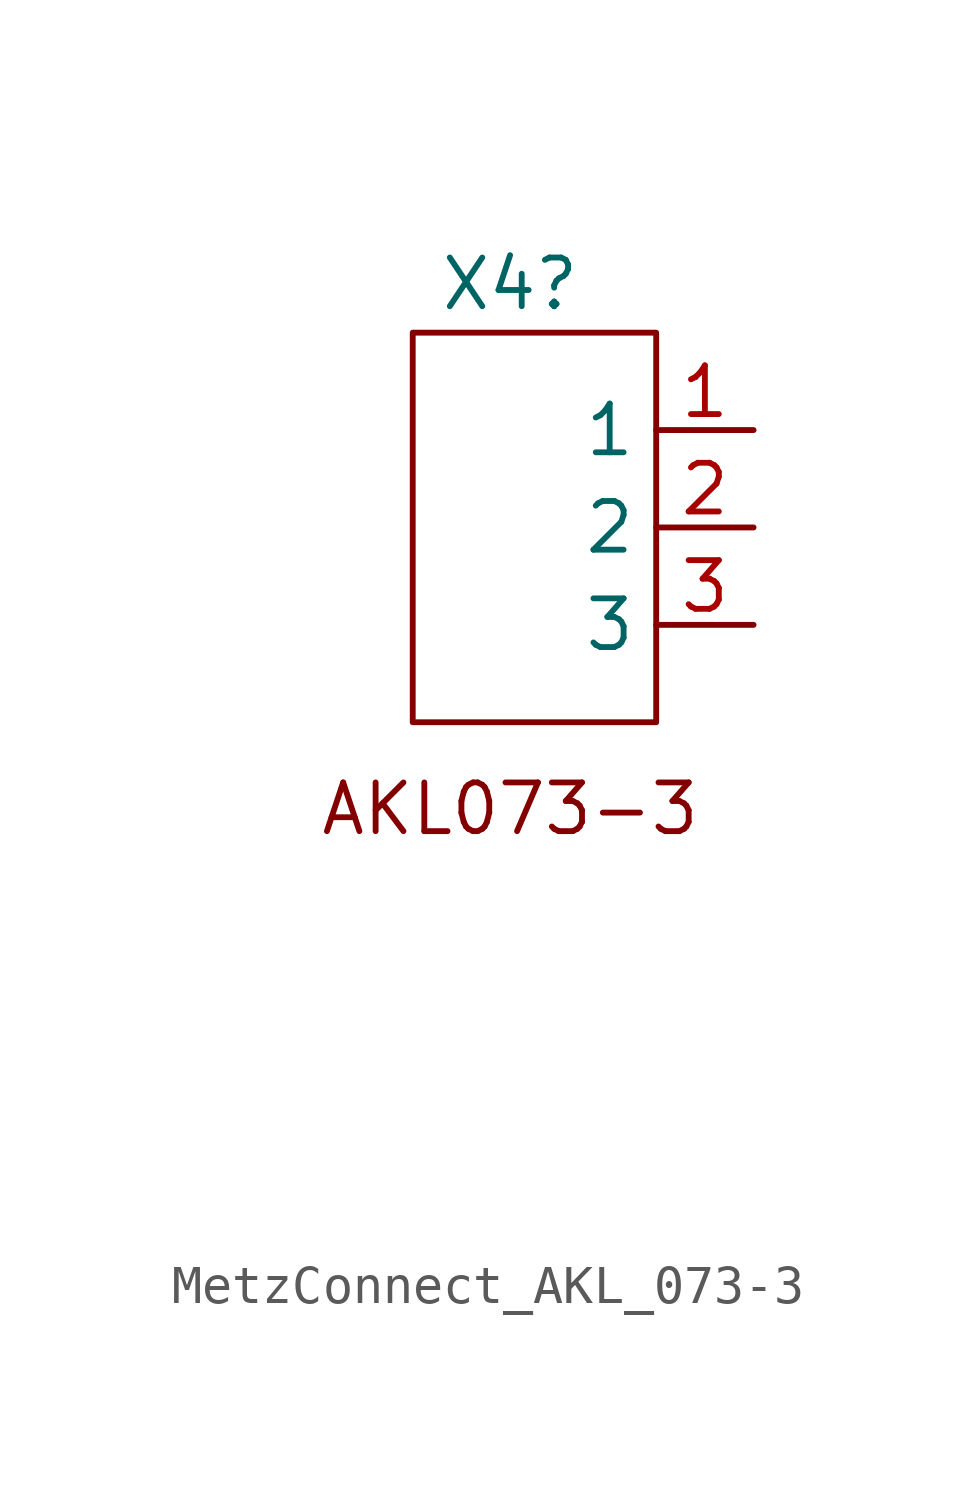
<source format=kicad_sym>
(kicad_symbol_lib
  (version 20241209)
  (generator "kicad_symbol_editor")
  (generator_version "9.0")
  (symbol "MetzConnect_AKL_073-3"
    (property "Reference" "X4"
      (at 0 7.62 0)
      (effects (font (size 1.27 1.27))))
    (property "Value" ""
      (at -7.62 7.62 0)
      (effects (font (size 1.27 1.27))))
    (symbol "MetzConnect_AKL_073-3_0_1"
      (rectangle (start -2.54 6.35) (end 3.81 -3.81) (stroke (width 0) (type default)) (fill (type none))))
    (symbol "MetzConnect_AKL_073-3_1_1"
      (text "AKL073-3\n\n\n\n\n" (at 0 -10.16 0) (effects (font (size 1.27 1.27))))
      (pin output line (at 6.35 3.81 180) (length 2.54) (name "1" (effects (font (size 1.27 1.27)))) (number "1" (effects (font (size 1.27 1.27)))))
      (pin passive line (at 6.35 1.27 180) (length 2.54) (name "2" (effects (font (size 1.27 1.27)))) (number "2" (effects (font (size 1.27 1.27)))))
      (pin output line (at 6.35 -1.27 180) (length 2.54) (name "3" (effects (font (size 1.27 1.27)))) (number "3" (effects (font (size 1.27 1.27))))))))
</source>
